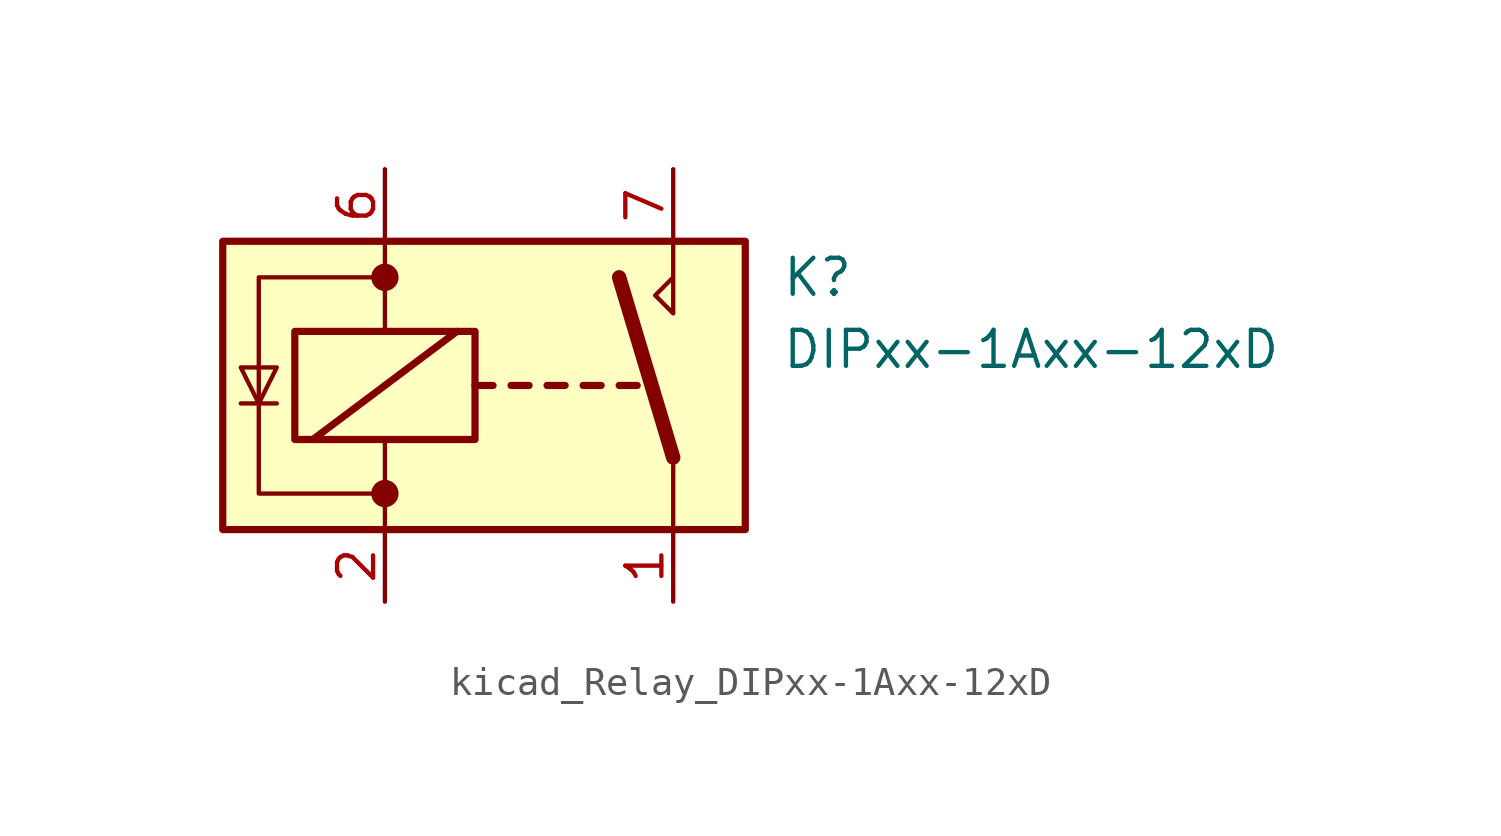
<source format=kicad_sym>
(kicad_symbol_lib
  (version 20220914)
  (generator kicad_symbol_editor)
  (symbol "kicad_Relay_DIPxx-1Axx-12xD"
    (property "Reference" "K"
      (at 8.89 3.81 0)
      (effects (font (size 1.27 1.27)) (justify left)))
    (property "Value" "DIPxx-1Axx-12xD"
      (at 8.89 1.27 0)
      (effects (font (size 1.27 1.27)) (justify left)))
    (symbol "kicad_Relay_DIPxx-1Axx-12xD_0_0"
      (polyline (pts (xy 5.08 5.08) (xy 5.08 2.54) (xy 4.445 3.175) (xy 5.08 3.81)) (stroke (width 0) (type default)) (fill (type none))))
    (symbol "kicad_Relay_DIPxx-1Axx-12xD_0_1"
      (rectangle (start -10.795 5.08) (end 7.62 -5.08) (stroke (width 0.254) (type default)) (fill (type background)))
      (rectangle (start -8.255 1.905) (end -1.905 -1.905) (stroke (width 0.254) (type default)) (fill (type none)))
      (circle (center -5.08 -3.81) (radius 0.406) (stroke (width 0) (type default)) (fill (type outline)))
      (circle (center -5.08 3.81) (radius 0.406) (stroke (width 0) (type default)) (fill (type outline)))
      (polyline (pts (xy -10.16 -0.635) (xy -8.89 -0.635)) (stroke (width 0) (type default)) (fill (type none)))
      (polyline (pts (xy -7.62 -1.905) (xy -2.54 1.905)) (stroke (width 0.254) (type default)) (fill (type none)))
      (polyline (pts (xy -5.08 -5.08) (xy -5.08 -1.905)) (stroke (width 0) (type default)) (fill (type none)))
      (polyline (pts (xy -5.08 5.08) (xy -5.08 1.905)) (stroke (width 0) (type default)) (fill (type none)))
      (polyline (pts (xy -1.905 0) (xy -1.27 0)) (stroke (width 0.254) (type default)) (fill (type none)))
      (polyline (pts (xy -0.635 0) (xy 0 0)) (stroke (width 0.254) (type default)) (fill (type none)))
      (polyline (pts (xy 0.635 0) (xy 1.27 0)) (stroke (width 0.254) (type default)) (fill (type none)))
      (polyline (pts (xy 1.905 0) (xy 2.54 0)) (stroke (width 0.254) (type default)) (fill (type none)))
      (polyline (pts (xy 3.175 0) (xy 3.81 0)) (stroke (width 0.254) (type default)) (fill (type none)))
      (polyline (pts (xy 5.08 -2.54) (xy 3.175 3.81)) (stroke (width 0.508) (type default)) (fill (type none)))
      (polyline (pts (xy 5.08 -2.54) (xy 5.08 -5.08)) (stroke (width 0) (type default)) (fill (type none)))
      (polyline (pts (xy -9.525 -0.635) (xy -8.89 0.635) (xy -10.16 0.635) (xy -9.525 -0.635)) (stroke (width 0) (type default)) (fill (type none)))
      (polyline (pts (xy -5.08 -3.81) (xy -9.525 -3.81) (xy -9.525 3.81) (xy -5.08 3.81)) (stroke (width 0) (type default)) (fill (type none))))
    (symbol "kicad_Relay_DIPxx-1Axx-12xD_1_1"
      (pin passive line (at 5.08 -7.62 90) (length 2.54) (name "~" (effects (font (size 1.27 1.27)))) (number "1" (effects (font (size 1.27 1.27)))))
      (pin passive line (at -5.08 -7.62 90) (length 2.54) hide (name "~" (effects (font (size 1.27 1.27)))) (number "13" (effects (font (size 1.27 1.27)))))
      (pin passive line (at 5.08 -7.62 90) (length 2.54) hide (name "~" (effects (font (size 1.27 1.27)))) (number "14" (effects (font (size 1.27 1.27)))))
      (pin passive line (at -5.08 -7.62 90) (length 2.54) (name "~" (effects (font (size 1.27 1.27)))) (number "2" (effects (font (size 1.27 1.27)))))
      (pin passive line (at -5.08 7.62 270) (length 2.54) (name "~" (effects (font (size 1.27 1.27)))) (number "6" (effects (font (size 1.27 1.27)))))
      (pin passive line (at 5.08 7.62 270) (length 2.54) (name "~" (effects (font (size 1.27 1.27)))) (number "7" (effects (font (size 1.27 1.27)))))
      (pin passive line (at 5.08 7.62 270) (length 2.54) hide (name "~" (effects (font (size 1.27 1.27)))) (number "8" (effects (font (size 1.27 1.27))))))))
</source>
